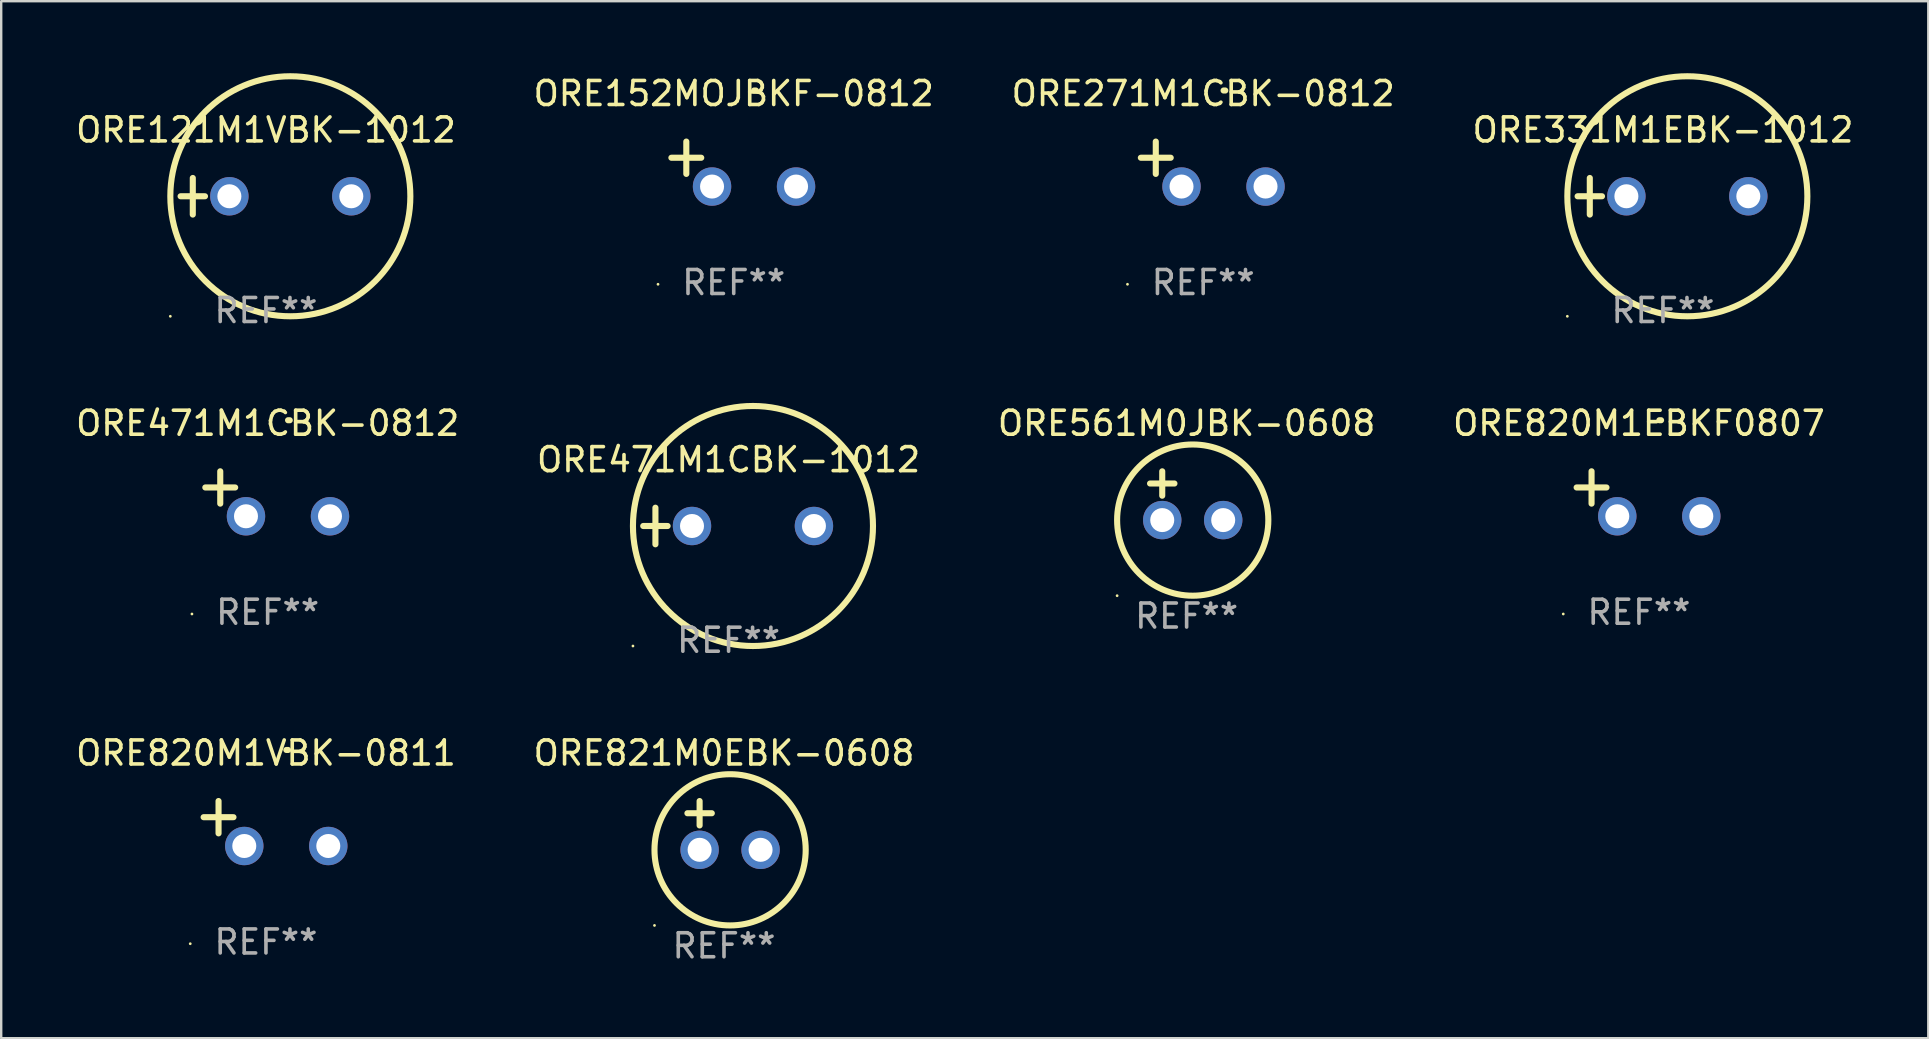
<source format=kicad_pcb>
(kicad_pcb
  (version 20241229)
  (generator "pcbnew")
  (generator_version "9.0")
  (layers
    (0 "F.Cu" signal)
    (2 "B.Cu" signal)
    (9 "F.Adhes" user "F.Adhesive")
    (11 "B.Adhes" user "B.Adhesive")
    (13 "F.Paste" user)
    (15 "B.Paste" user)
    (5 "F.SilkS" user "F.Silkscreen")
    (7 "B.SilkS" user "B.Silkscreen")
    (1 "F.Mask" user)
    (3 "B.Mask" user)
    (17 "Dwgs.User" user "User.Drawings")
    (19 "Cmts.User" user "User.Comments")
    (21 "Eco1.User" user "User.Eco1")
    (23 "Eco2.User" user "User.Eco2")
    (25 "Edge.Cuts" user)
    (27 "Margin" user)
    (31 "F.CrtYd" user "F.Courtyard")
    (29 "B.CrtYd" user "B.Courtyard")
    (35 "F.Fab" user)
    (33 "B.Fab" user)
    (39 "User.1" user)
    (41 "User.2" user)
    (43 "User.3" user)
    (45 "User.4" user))
  (footprint "ORE331M1EBK-1012"
    (layer "F.Cu")
    (at 66.232 5.127)
    (property "Reference" "ORE331M1EBK-1012" (at 0 -2.762 0) (layer "F.SilkS") (effects (font (size 1 1) (thickness 0.15))))
    (attr through_hole)
    (fp_line (start -3.556 0) (end -2.54 0) (stroke (width 0.254) (type solid)) (layer "F.SilkS"))
    (fp_line (start -3.048 -0.762) (end -3.048 0.762) (stroke (width 0.254) (type solid)) (layer "F.SilkS"))
    (fp_circle (center -3.984 5) (end -3.954 5) (stroke (width 0.06) (type solid)) (fill no) (layer "F.SilkS"))
    (fp_circle (center 1.016 0) (end 6.016 0) (stroke (width 0.254) (type solid)) (fill no) (layer "F.SilkS"))
    (fp_text user "REF**" (at 0 4.762 0) (layer "F.Fab") (effects (font (size 1 1) (thickness 0.15))))
    (pad "1" thru_hole circle (at -1.524 0) (size 1.6 1.6) (drill 1) (layers "*.Cu" "*.Mask"))
    (pad "2" thru_hole circle (at 3.556 0) (size 1.6 1.6) (drill 1) (layers "*.Cu" "*.Mask")))
  (footprint "ORE471M1CBK-1012"
    (layer "F.Cu")
    (at 27.304 18.864)
    (property "Reference" "ORE471M1CBK-1012" (at 0 -2.762 0) (layer "F.SilkS") (effects (font (size 1 1) (thickness 0.15))))
    (attr through_hole)
    (fp_line (start -3.556 0) (end -2.54 0) (stroke (width 0.254) (type solid)) (layer "F.SilkS"))
    (fp_line (start -3.048 -0.762) (end -3.048 0.762) (stroke (width 0.254) (type solid)) (layer "F.SilkS"))
    (fp_circle (center -3.984 5) (end -3.954 5) (stroke (width 0.06) (type solid)) (fill no) (layer "F.SilkS"))
    (fp_circle (center 1.016 0) (end 6.016 0) (stroke (width 0.254) (type solid)) (fill no) (layer "F.SilkS"))
    (fp_text user "REF**" (at 0 4.762 0) (layer "F.Fab") (effects (font (size 1 1) (thickness 0.15))))
    (pad "1" thru_hole circle (at -1.524 0) (size 1.6 1.6) (drill 1) (layers "*.Cu" "*.Mask"))
    (pad "2" thru_hole circle (at 3.556 0) (size 1.6 1.6) (drill 1) (layers "*.Cu" "*.Mask")))
  (footprint "ORE820M1EBKF0807"
    (layer "F.Cu")
    (at 65.232 17.522)
    (property "Reference" "ORE820M1EBKF0807" (at 0 -2.937 0) (layer "F.SilkS") (effects (font (size 1 1) (thickness 0.15))))
    (attr through_hole)
    (fp_line (start -1.975 0.41) (end -1.975 -0.937) (stroke (width 0.254) (type solid)) (layer "F.SilkS"))
    (fp_line (start -1.353 -0.263) (end -2.597 -0.263) (stroke (width 0.254) (type solid)) (layer "F.SilkS"))
    (fp_arc (start 0.849809 -3.063957) (mid 0.885369 -3.064114) (end 0.920929 -3.063957) (stroke (width 0.254001) (type solid)) (layer "F.SilkS"))
    (fp_circle (center -3.154 5.008) (end -3.124 5.008) (stroke (width 0.06) (type solid)) (fill no) (layer "F.SilkS"))
    (fp_text user "REF**" (at 0 4.937 0) (layer "F.Fab") (effects (font (size 1 1) (thickness 0.15))))
    (pad "1" thru_hole circle (at -0.903 0.937) (size 1.6 1.6) (drill 1) (layers "*.Cu" "*.Mask"))
    (pad "2" thru_hole circle (at 2.597 0.937) (size 1.6 1.6) (drill 1) (layers "*.Cu" "*.Mask")))
  (footprint "ORE152MOJBKF-0812"
    (layer "F.Cu")
    (at 27.518 3.785)
    (property "Reference" "ORE152MOJBKF-0812" (at 0 -2.937 0) (layer "F.SilkS") (effects (font (size 1 1) (thickness 0.15))))
    (attr through_hole)
    (fp_line (start -1.975 0.41) (end -1.975 -0.937) (stroke (width 0.254) (type solid)) (layer "F.SilkS"))
    (fp_line (start -1.353 -0.263) (end -2.597 -0.263) (stroke (width 0.254) (type solid)) (layer "F.SilkS"))
    (fp_arc (start 0.849809 -3.063957) (mid 0.885369 -3.064114) (end 0.920929 -3.063957) (stroke (width 0.254001) (type solid)) (layer "F.SilkS"))
    (fp_circle (center -3.154 5.008) (end -3.124 5.008) (stroke (width 0.06) (type solid)) (fill no) (layer "F.SilkS"))
    (fp_text user "REF**" (at 0 4.937 0) (layer "F.Fab") (effects (font (size 1 1) (thickness 0.15))))
    (pad "1" thru_hole circle (at -0.903 0.937) (size 1.6 1.6) (drill 1) (layers "*.Cu" "*.Mask"))
    (pad "2" thru_hole circle (at 2.597 0.937) (size 1.6 1.6) (drill 1) (layers "*.Cu" "*.Mask")))
  (footprint "ORE561M0JBK-0608"
    (layer "F.Cu")
    (at 46.387 17.602)
    (property "Reference" "ORE561M0JBK-0608" (at 0 -3.016 0) (layer "F.SilkS") (effects (font (size 1 1) (thickness 0.15))))
    (attr through_hole)
    (fp_line (start -1.524 -0.508) (end -0.508 -0.508) (stroke (width 0.254) (type solid)) (layer "F.SilkS"))
    (fp_line (start -1.016 -1.016) (end -1.016 0) (stroke (width 0.254) (type solid)) (layer "F.SilkS"))
    (fp_circle (center -2.896 4.166) (end -2.866 4.166) (stroke (width 0.06) (type solid)) (fill no) (layer "F.SilkS"))
    (fp_circle (center 0.254 1.016) (end 3.404 1.016) (stroke (width 0.254) (type solid)) (fill no) (layer "F.SilkS"))
    (fp_text user "REF**" (at 0 5.016 0) (layer "F.Fab") (effects (font (size 1 1) (thickness 0.15))))
    (pad "1" thru_hole circle (at -1.016 1.016) (size 1.6 1.6) (drill 1) (layers "*.Cu" "*.Mask"))
    (pad "2" thru_hole circle (at 1.524 1.016) (size 1.6 1.6) (drill 1) (layers "*.Cu" "*.Mask")))
  (footprint "ORE271M1CBK-0812"
    (layer "F.Cu")
    (at 47.077 3.785)
    (property "Reference" "ORE271M1CBK-0812" (at 0 -2.937 0) (layer "F.SilkS") (effects (font (size 1 1) (thickness 0.15))))
    (attr through_hole)
    (fp_line (start -1.975 0.41) (end -1.975 -0.937) (stroke (width 0.254) (type solid)) (layer "F.SilkS"))
    (fp_line (start -1.353 -0.263) (end -2.597 -0.263) (stroke (width 0.254) (type solid)) (layer "F.SilkS"))
    (fp_arc (start 0.849809 -3.063957) (mid 0.885369 -3.064114) (end 0.920929 -3.063957) (stroke (width 0.254001) (type solid)) (layer "F.SilkS"))
    (fp_circle (center -3.154 5.008) (end -3.124 5.008) (stroke (width 0.06) (type solid)) (fill no) (layer "F.SilkS"))
    (fp_text user "REF**" (at 0 4.937 0) (layer "F.Fab") (effects (font (size 1 1) (thickness 0.15))))
    (pad "1" thru_hole circle (at -0.903 0.937) (size 1.6 1.6) (drill 1) (layers "*.Cu" "*.Mask"))
    (pad "2" thru_hole circle (at 2.597 0.937) (size 1.6 1.6) (drill 1) (layers "*.Cu" "*.Mask")))
  (footprint "ORE820M1VBK-0811"
    (layer "F.Cu")
    (at 8.03 31.259)
    (property "Reference" "ORE820M1VBK-0811" (at 0 -2.937 0) (layer "F.SilkS") (effects (font (size 1 1) (thickness 0.15))))
    (attr through_hole)
    (fp_line (start -1.975 0.41) (end -1.975 -0.937) (stroke (width 0.254) (type solid)) (layer "F.SilkS"))
    (fp_line (start -1.353 -0.263) (end -2.597 -0.263) (stroke (width 0.254) (type solid)) (layer "F.SilkS"))
    (fp_arc (start 0.849809 -3.063957) (mid 0.885369 -3.064114) (end 0.920929 -3.063957) (stroke (width 0.254001) (type solid)) (layer "F.SilkS"))
    (fp_circle (center -3.154 5.008) (end -3.124 5.008) (stroke (width 0.06) (type solid)) (fill no) (layer "F.SilkS"))
    (fp_text user "REF**" (at 0 4.937 0) (layer "F.Fab") (effects (font (size 1 1) (thickness 0.15))))
    (pad "1" thru_hole circle (at -0.903 0.937) (size 1.6 1.6) (drill 1) (layers "*.Cu" "*.Mask"))
    (pad "2" thru_hole circle (at 2.597 0.937) (size 1.6 1.6) (drill 1) (layers "*.Cu" "*.Mask")))
  (footprint "ORE821M0EBK-0608"
    (layer "F.Cu")
    (at 27.113 31.339)
    (property "Reference" "ORE821M0EBK-0608" (at 0 -3.016 0) (layer "F.SilkS") (effects (font (size 1 1) (thickness 0.15))))
    (attr through_hole)
    (fp_line (start -1.524 -0.508) (end -0.508 -0.508) (stroke (width 0.254) (type solid)) (layer "F.SilkS"))
    (fp_line (start -1.016 -1.016) (end -1.016 0) (stroke (width 0.254) (type solid)) (layer "F.SilkS"))
    (fp_circle (center -2.896 4.166) (end -2.866 4.166) (stroke (width 0.06) (type solid)) (fill no) (layer "F.SilkS"))
    (fp_circle (center 0.254 1.016) (end 3.404 1.016) (stroke (width 0.254) (type solid)) (fill no) (layer "F.SilkS"))
    (fp_text user "REF**" (at 0 5.016 0) (layer "F.Fab") (effects (font (size 1 1) (thickness 0.15))))
    (pad "1" thru_hole circle (at -1.016 1.016) (size 1.6 1.6) (drill 1) (layers "*.Cu" "*.Mask"))
    (pad "2" thru_hole circle (at 1.524 1.016) (size 1.6 1.6) (drill 1) (layers "*.Cu" "*.Mask")))
  (footprint "ORE121M1VBK-1012"
    (layer "F.Cu")
    (at 8.03 5.127)
    (property "Reference" "ORE121M1VBK-1012" (at 0 -2.762 0) (layer "F.SilkS") (effects (font (size 1 1) (thickness 0.15))))
    (attr through_hole)
    (fp_line (start -3.556 0) (end -2.54 0) (stroke (width 0.254) (type solid)) (layer "F.SilkS"))
    (fp_line (start -3.048 -0.762) (end -3.048 0.762) (stroke (width 0.254) (type solid)) (layer "F.SilkS"))
    (fp_circle (center -3.984 5) (end -3.954 5) (stroke (width 0.06) (type solid)) (fill no) (layer "F.SilkS"))
    (fp_circle (center 1.016 0) (end 6.016 0) (stroke (width 0.254) (type solid)) (fill no) (layer "F.SilkS"))
    (fp_text user "REF**" (at 0 4.762 0) (layer "F.Fab") (effects (font (size 1 1) (thickness 0.15))))
    (pad "1" thru_hole circle (at -1.524 0) (size 1.6 1.6) (drill 1) (layers "*.Cu" "*.Mask"))
    (pad "2" thru_hole circle (at 3.556 0) (size 1.6 1.6) (drill 1) (layers "*.Cu" "*.Mask")))
  (footprint "ORE471M1CBK-0812"
    (layer "F.Cu")
    (at 8.101 17.522)
    (property "Reference" "ORE471M1CBK-0812" (at 0 -2.937 0) (layer "F.SilkS") (effects (font (size 1 1) (thickness 0.15))))
    (attr through_hole)
    (fp_line (start -1.975 0.41) (end -1.975 -0.937) (stroke (width 0.254) (type solid)) (layer "F.SilkS"))
    (fp_line (start -1.353 -0.263) (end -2.597 -0.263) (stroke (width 0.254) (type solid)) (layer "F.SilkS"))
    (fp_arc (start 0.849809 -3.063957) (mid 0.885369 -3.064114) (end 0.920929 -3.063957) (stroke (width 0.254001) (type solid)) (layer "F.SilkS"))
    (fp_circle (center -3.154 5.008) (end -3.124 5.008) (stroke (width 0.06) (type solid)) (fill no) (layer "F.SilkS"))
    (fp_text user "REF**" (at 0 4.937 0) (layer "F.Fab") (effects (font (size 1 1) (thickness 0.15))))
    (pad "1" thru_hole circle (at -0.903 0.937) (size 1.6 1.6) (drill 1) (layers "*.Cu" "*.Mask"))
    (pad "2" thru_hole circle (at 2.597 0.937) (size 1.6 1.6) (drill 1) (layers "*.Cu" "*.Mask")))
  (gr_rect
    (start -3 -3)
    (end 77.286 40.203)
    (stroke (width 0.1) (type default))
    (fill no)
    (layer "Edge.Cuts")))
</source>
